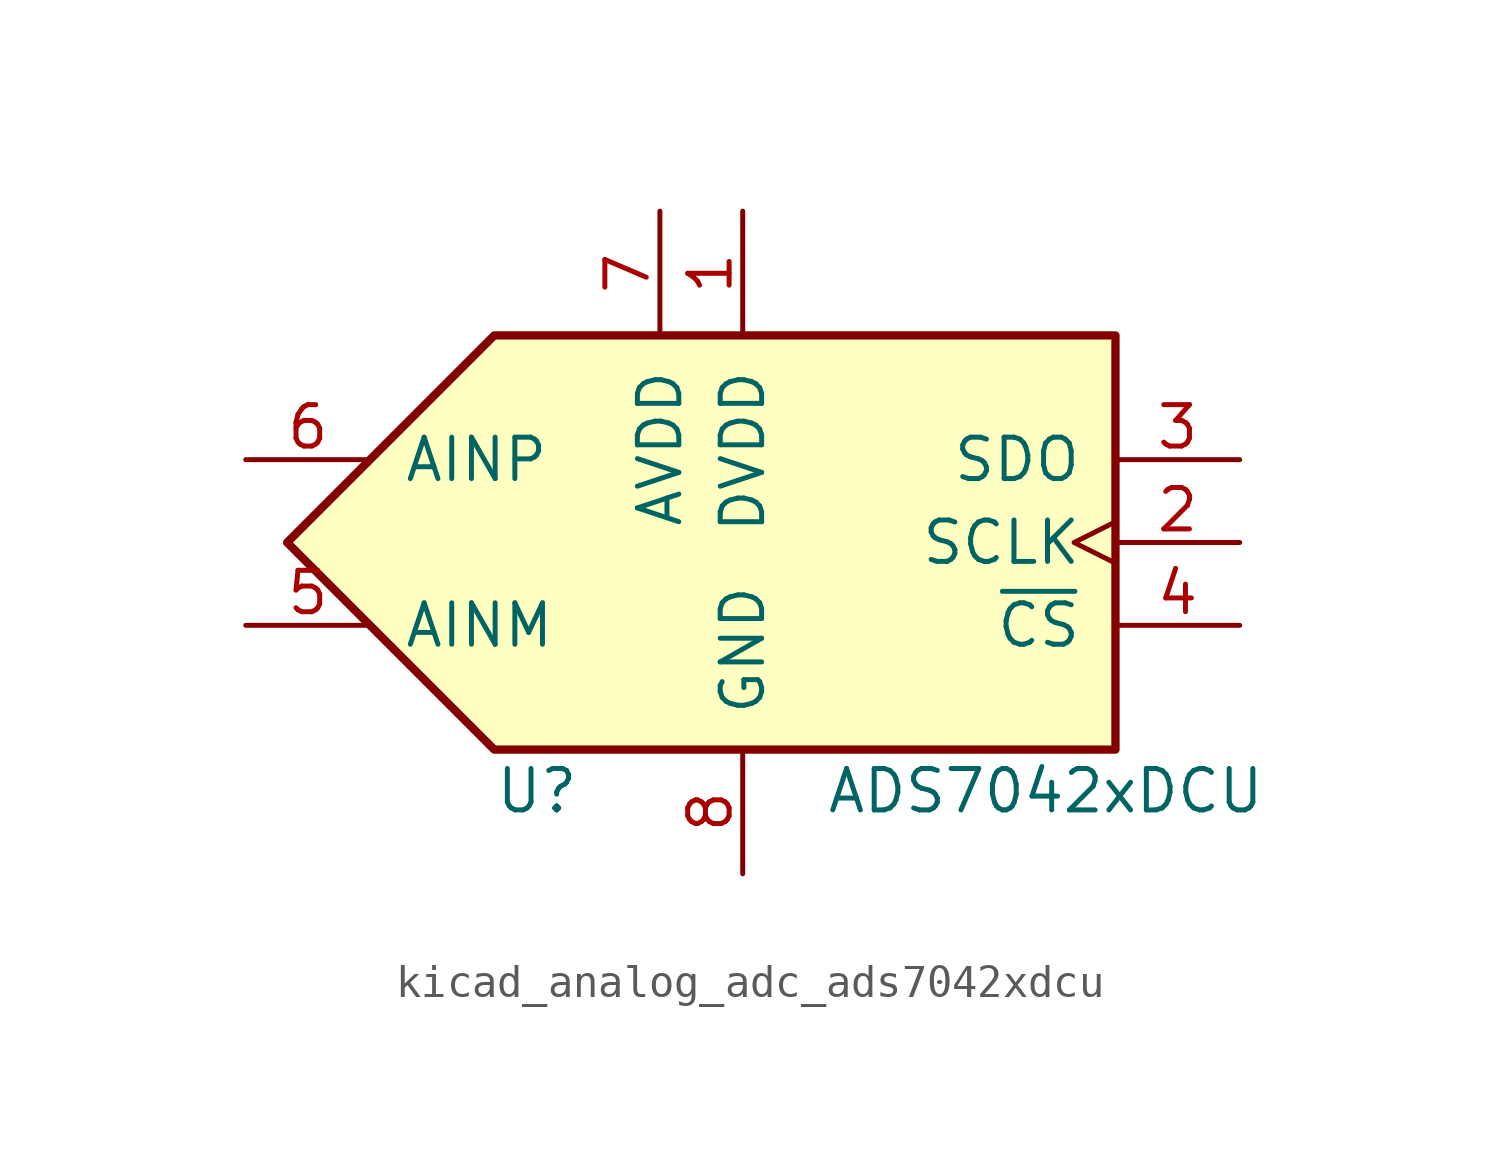
<source format=kicad_sym>
(kicad_symbol_lib
  (version 20220914)
  (generator kicad_symbol_editor)
  (symbol "kicad_analog_adc_ads7042xdcu"
    (pin_names
      (offset 1.016))
    (property "Reference" "U"
      (at -7.62 -7.62 0)
      (effects (font (size 1.27 1.27)) (justify left)))
    (property "Value" "ADS7042xDCU"
      (at 2.54 -7.62 0)
      (effects (font (size 1.27 1.27)) (justify left)))
    (symbol "kicad_analog_adc_ads7042xdcu_0_1"
      (polyline (pts (xy -13.97 0) (xy -7.62 6.35) (xy 11.43 6.35) (xy 11.43 -6.35) (xy -7.62 -6.35) (xy -13.97 0)) (stroke (width 0.254) (type default)) (fill (type background))))
    (symbol "kicad_analog_adc_ads7042xdcu_1_1"
      (pin power_in line (at 0 10.16 270) (length 3.81) (name "DVDD" (effects (font (size 1.27 1.27)))) (number "1" (effects (font (size 1.27 1.27)))))
      (pin input clock (at 15.24 0 180) (length 3.81) (name "SCLK" (effects (font (size 1.27 1.27)))) (number "2" (effects (font (size 1.27 1.27)))))
      (pin output line (at 15.24 2.54 180) (length 3.81) (name "SDO" (effects (font (size 1.27 1.27)))) (number "3" (effects (font (size 1.27 1.27)))))
      (pin input line (at 15.24 -2.54 180) (length 3.81) (name "~{CS}" (effects (font (size 1.27 1.27)))) (number "4" (effects (font (size 1.27 1.27)))))
      (pin input line (at -15.24 -2.54 0) (length 3.81) (name "AINM" (effects (font (size 1.27 1.27)))) (number "5" (effects (font (size 1.27 1.27)))))
      (pin input line (at -15.24 2.54 0) (length 3.81) (name "AINP" (effects (font (size 1.27 1.27)))) (number "6" (effects (font (size 1.27 1.27)))))
      (pin power_in line (at -2.54 10.16 270) (length 3.81) (name "AVDD" (effects (font (size 1.27 1.27)))) (number "7" (effects (font (size 1.27 1.27)))))
      (pin power_in line (at 0 -10.16 90) (length 3.81) (name "GND" (effects (font (size 1.27 1.27)))) (number "8" (effects (font (size 1.27 1.27))))))))
</source>
